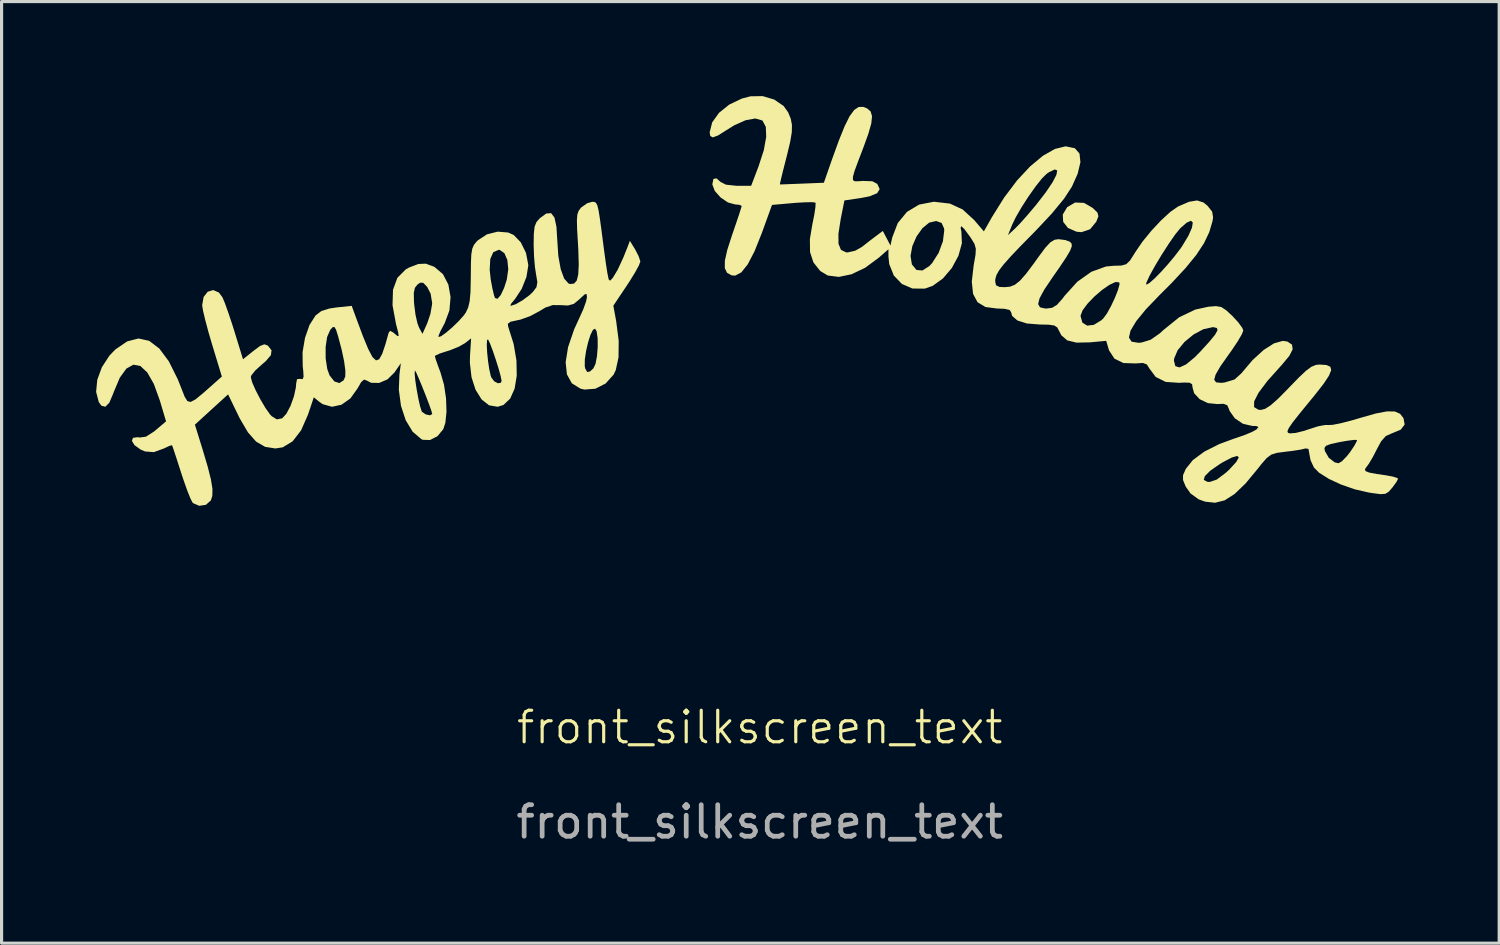
<source format=kicad_pcb>
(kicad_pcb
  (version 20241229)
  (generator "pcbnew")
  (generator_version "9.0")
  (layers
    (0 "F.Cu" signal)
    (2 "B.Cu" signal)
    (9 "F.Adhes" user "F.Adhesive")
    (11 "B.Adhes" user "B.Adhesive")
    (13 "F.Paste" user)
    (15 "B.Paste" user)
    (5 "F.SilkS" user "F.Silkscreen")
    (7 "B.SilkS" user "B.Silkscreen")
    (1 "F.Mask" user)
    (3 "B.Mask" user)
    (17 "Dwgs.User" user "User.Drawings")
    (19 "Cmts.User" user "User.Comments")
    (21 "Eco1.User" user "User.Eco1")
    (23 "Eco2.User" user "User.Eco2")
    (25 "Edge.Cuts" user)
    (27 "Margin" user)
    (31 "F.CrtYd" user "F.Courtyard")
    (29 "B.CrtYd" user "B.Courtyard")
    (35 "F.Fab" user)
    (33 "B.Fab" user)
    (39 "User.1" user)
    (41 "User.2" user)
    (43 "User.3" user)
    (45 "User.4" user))
  (footprint "front_silkscreen_text"
    (layer "F.Cu")
    (at 21.059 20.531)
    (property "Reference" "front_silkscreen_text" (at 0 -0.5 0) (unlocked yes) (layer "F.SilkS") (effects (font (size 1 1) (thickness 0.1))))
    (attr smd)
    (fp_poly (pts (xy 10.289 -17.143) (xy 10.568 -16.981) (xy 10.716 -16.837) (xy 10.747 -16.72) (xy 10.682 -16.552) (xy 10.679 -16.545) (xy 10.482 -16.306) (xy 10.212 -16.214) (xy 10.053 -16.228) (xy 9.78 -16.347) (xy 9.629 -16.541) (xy 9.616 -16.773) (xy 9.754 -17.005) (xy 9.757 -17.008) (xy 10.007 -17.155)) (stroke (width 0) (type solid)) (fill yes) (layer "F.SilkS"))
    (fp_poly (pts (xy -5.249 -17.173) (xy -5.196 -17.144) (xy -5.154 -17.065) (xy -5.116 -16.912) (xy -5.075 -16.658) (xy -5.023 -16.281) (xy -4.975 -15.907) (xy -4.926 -15.535) (xy -4.878 -15.192) (xy -4.839 -14.939) (xy -4.832 -14.898) (xy -4.793 -14.713) (xy -4.748 -14.673) (xy -4.668 -14.758) (xy -4.658 -14.771) (xy -4.508 -15.021) (xy -4.329 -15.408) (xy -4.199 -15.733) (xy -4.121 -15.939) (xy -3.955 -15.667) (xy -3.846 -15.458) (xy -3.791 -15.295) (xy -3.79 -15.277) (xy -3.835 -15.158) (xy -3.955 -14.938) (xy -4.128 -14.657) (xy -4.218 -14.52) (xy -4.646 -13.88) (xy -4.557 -13.396) (xy -4.476 -12.77) (xy -4.481 -12.242) (xy -4.57 -11.833) (xy -4.639 -11.69) (xy -4.893 -11.409) (xy -5.216 -11.246) (xy -5.563 -11.219) (xy -5.69 -11.249) (xy -5.963 -11.418) (xy -6.119 -11.701) (xy -6.146 -11.958) (xy -5.553 -11.958) (xy -5.538 -11.886) (xy -5.474 -11.775) (xy -5.385 -11.794) (xy -5.278 -11.892) (xy -5.211 -12.036) (xy -5.165 -12.281) (xy -5.142 -12.57) (xy -5.144 -12.849) (xy -5.175 -13.063) (xy -5.223 -13.151) (xy -5.293 -13.114) (xy -5.373 -12.952) (xy -5.449 -12.711) (xy -5.512 -12.436) (xy -5.551 -12.17) (xy -5.553 -11.958) (xy -6.146 -11.958) (xy -6.159 -12.087) (xy -6.082 -12.567) (xy -5.889 -13.131) (xy -5.728 -13.482) (xy -5.6 -13.766) (xy -5.512 -14.012) (xy -5.483 -14.15) (xy -5.494 -14.249) (xy -5.549 -14.244) (xy -5.68 -14.125) (xy -5.715 -14.09) (xy -5.9 -13.938) (xy -6.088 -13.886) (xy -6.298 -13.897) (xy -6.567 -13.9) (xy -6.802 -13.822) (xy -6.993 -13.706) (xy -7.284 -13.55) (xy -7.597 -13.438) (xy -7.688 -13.419) (xy -7.909 -13.371) (xy -7.994 -13.306) (xy -7.983 -13.217) (xy -7.81 -12.667) (xy -7.72 -12.14) (xy -7.711 -11.659) (xy -7.778 -11.249) (xy -7.92 -10.931) (xy -8.133 -10.73) (xy -8.316 -10.673) (xy -8.589 -10.719) (xy -8.827 -10.907) (xy -9.018 -11.213) (xy -9.146 -11.609) (xy -9.199 -12.072) (xy -9.194 -12.298) (xy -9.173 -12.628) (xy -8.662 -12.628) (xy -8.65 -12.394) (xy -8.622 -12.124) (xy -8.583 -11.863) (xy -8.536 -11.655) (xy -8.521 -11.611) (xy -8.429 -11.483) (xy -8.306 -11.418) (xy -8.211 -11.438) (xy -8.193 -11.496) (xy -8.219 -11.637) (xy -8.285 -11.878) (xy -8.376 -12.168) (xy -8.473 -12.454) (xy -8.561 -12.685) (xy -8.621 -12.809) (xy -8.624 -12.813) (xy -8.655 -12.782) (xy -8.662 -12.628) (xy -9.173 -12.628) (xy -9.159 -12.844) (xy -9.349 -12.694) (xy -9.549 -12.579) (xy -9.824 -12.468) (xy -9.924 -12.437) (xy -10.15 -12.364) (xy -10.289 -12.3) (xy -10.309 -12.277) (xy -10.281 -12.175) (xy -10.208 -11.967) (xy -10.13 -11.759) (xy -10.019 -11.371) (xy -9.955 -10.94) (xy -9.94 -10.518) (xy -9.977 -10.16) (xy -10.043 -9.961) (xy -10.228 -9.738) (xy -10.463 -9.618) (xy -10.695 -9.625) (xy -10.734 -9.643) (xy -11.014 -9.881) (xy -11.235 -10.247) (xy -11.385 -10.704) (xy -11.453 -11.217) (xy -11.434 -11.689) (xy -11.43 -11.725) (xy -10.951 -11.725) (xy -10.93 -11.508) (xy -10.888 -11.229) (xy -10.835 -10.94) (xy -10.779 -10.691) (xy -10.729 -10.533) (xy -10.716 -10.511) (xy -10.598 -10.43) (xy -10.465 -10.402) (xy -10.395 -10.441) (xy -10.394 -10.449) (xy -10.422 -10.551) (xy -10.495 -10.756) (xy -10.596 -11.02) (xy -10.708 -11.303) (xy -10.814 -11.56) (xy -10.897 -11.749) (xy -10.941 -11.828) (xy -10.943 -11.828) (xy -10.951 -11.725) (xy -11.43 -11.725) (xy -11.389 -12.055) (xy -11.593 -11.759) (xy -11.813 -11.542) (xy -12.077 -11.429) (xy -12.334 -11.434) (xy -12.469 -11.505) (xy -12.557 -11.536) (xy -12.649 -11.454) (xy -12.761 -11.259) (xy -12.99 -10.937) (xy -13.272 -10.738) (xy -13.574 -10.673) (xy -13.866 -10.754) (xy -13.956 -10.815) (xy -14.151 -10.973) (xy -14.334 -10.427) (xy -14.555 -9.924) (xy -14.824 -9.576) (xy -15.137 -9.386) (xy -15.37 -9.35) (xy -15.695 -9.401) (xy -15.979 -9.565) (xy -16.241 -9.861) (xy -16.501 -10.304) (xy -16.547 -10.398) (xy -16.871 -11.066) (xy -17.398 -10.586) (xy -17.924 -10.105) (xy -17.679 -9.315) (xy -17.518 -8.773) (xy -17.415 -8.364) (xy -17.367 -8.064) (xy -17.371 -7.849) (xy -17.418 -7.701) (xy -17.574 -7.562) (xy -17.787 -7.53) (xy -17.978 -7.613) (xy -18.002 -7.638) (xy -18.066 -7.763) (xy -18.165 -8.01) (xy -18.282 -8.339) (xy -18.365 -8.591) (xy -18.477 -8.94) (xy -18.57 -9.223) (xy -18.631 -9.404) (xy -18.65 -9.453) (xy -18.727 -9.434) (xy -18.893 -9.357) (xy -18.912 -9.348) (xy -19.228 -9.233) (xy -19.507 -9.255) (xy -19.649 -9.316) (xy -19.842 -9.456) (xy -19.923 -9.591) (xy -19.889 -9.687) (xy -19.738 -9.708) (xy -19.677 -9.697) (xy -19.48 -9.723) (xy -19.22 -9.888) (xy -19.168 -9.932) (xy -18.84 -10.21) (xy -19.036 -10.87) (xy -19.227 -11.397) (xy -19.436 -11.763) (xy -19.655 -11.967) (xy -19.878 -12.008) (xy -20.098 -11.884) (xy -20.307 -11.596) (xy -20.5 -11.14) (xy -20.513 -11.101) (xy -20.639 -10.804) (xy -20.766 -10.673) (xy -20.893 -10.708) (xy -20.974 -10.822) (xy -21.059 -11.147) (xy -21.022 -11.53) (xy -20.876 -11.928) (xy -20.635 -12.298) (xy -20.447 -12.492) (xy -20.07 -12.749) (xy -19.713 -12.84) (xy -19.375 -12.765) (xy -19.055 -12.523) (xy -18.751 -12.114) (xy -18.464 -11.537) (xy -18.343 -11.232) (xy -18.248 -10.99) (xy -18.164 -10.854) (xy -18.061 -10.825) (xy -17.908 -10.905) (xy -17.677 -11.094) (xy -17.478 -11.269) (xy -17.069 -11.632) (xy -17.378 -12.648) (xy -17.498 -13.058) (xy -17.597 -13.43) (xy -17.666 -13.721) (xy -17.694 -13.892) (xy -17.694 -13.894) (xy -17.648 -14.157) (xy -17.518 -14.323) (xy -17.344 -14.376) (xy -17.164 -14.299) (xy -17.052 -14.15) (xy -16.977 -13.973) (xy -16.871 -13.679) (xy -16.749 -13.315) (xy -16.665 -13.049) (xy -16.398 -12.18) (xy -16.065 -12.447) (xy -15.854 -12.603) (xy -15.72 -12.655) (xy -15.619 -12.619) (xy -15.603 -12.607) (xy -15.492 -12.465) (xy -15.513 -12.311) (xy -15.673 -12.122) (xy -15.813 -12.002) (xy -16.007 -11.826) (xy -16.129 -11.674) (xy -16.151 -11.615) (xy -16.109 -11.453) (xy -15.999 -11.202) (xy -15.85 -10.915) (xy -15.69 -10.642) (xy -15.545 -10.436) (xy -15.49 -10.376) (xy -15.326 -10.273) (xy -15.167 -10.303) (xy -15.151 -10.311) (xy -15.023 -10.449) (xy -14.892 -10.696) (xy -14.784 -10.995) (xy -14.72 -11.286) (xy -14.712 -11.402) (xy -14.684 -11.549) (xy -14.584 -11.558) (xy -14.579 -11.556) (xy -14.505 -11.549) (xy -14.476 -11.624) (xy -14.486 -11.815) (xy -14.503 -11.962) (xy -14.508 -12.401) (xy -14.48 -12.569) (xy -13.776 -12.569) (xy -13.775 -12.208) (xy -13.724 -11.871) (xy -13.651 -11.67) (xy -13.5 -11.478) (xy -13.339 -11.425) (xy -13.205 -11.512) (xy -13.153 -11.633) (xy -13.149 -11.818) (xy -13.189 -12.116) (xy -13.266 -12.479) (xy -13.29 -12.572) (xy -13.381 -12.915) (xy -13.446 -13.119) (xy -13.497 -13.205) (xy -13.551 -13.199) (xy -13.621 -13.122) (xy -13.63 -13.111) (xy -13.728 -12.89) (xy -13.776 -12.569) (xy -14.48 -12.569) (xy -14.431 -12.857) (xy -14.288 -13.267) (xy -14.097 -13.568) (xy -13.914 -13.709) (xy -13.652 -13.792) (xy -13.428 -13.825) (xy -12.948 -13.875) (xy -12.801 -13.473) (xy -12.591 -12.91) (xy -12.423 -12.504) (xy -12.289 -12.25) (xy -12.176 -12.144) (xy -12.076 -12.181) (xy -11.979 -12.356) (xy -11.875 -12.666) (xy -11.777 -13.019) (xy -11.729 -13.084) (xy -11.625 -13.026) (xy -11.583 -12.99) (xy -11.493 -12.915) (xy -11.458 -12.922) (xy -11.475 -13.039) (xy -11.541 -13.292) (xy -11.542 -13.296) (xy -11.653 -13.896) (xy -11.641 -14.287) (xy -10.978 -14.287) (xy -10.973 -14.021) (xy -10.965 -13.914) (xy -10.925 -13.599) (xy -10.863 -13.325) (xy -10.814 -13.192) (xy -10.703 -12.986) (xy -10.551 -13.325) (xy -10.451 -13.619) (xy -10.399 -13.917) (xy -10.396 -13.972) (xy -10.444 -14.263) (xy -10.554 -14.477) (xy -10.679 -14.607) (xy -10.778 -14.61) (xy -10.86 -14.552) (xy -10.943 -14.449) (xy -10.978 -14.287) (xy -11.641 -14.287) (xy -11.638 -14.386) (xy -11.499 -14.765) (xy -11.234 -15.032) (xy -11.126 -15.092) (xy -10.833 -15.204) (xy -10.598 -15.214) (xy -10.347 -15.122) (xy -10.317 -15.107) (xy -10.052 -14.881) (xy -9.881 -14.55) (xy -9.811 -14.153) (xy -9.848 -13.73) (xy -9.999 -13.322) (xy -10.016 -13.292) (xy -10.131 -13.074) (xy -10.193 -12.925) (xy -10.196 -12.887) (xy -10.112 -12.911) (xy -9.952 -13.026) (xy -9.752 -13.197) (xy -9.552 -13.392) (xy -9.388 -13.576) (xy -9.326 -13.664) (xy -9.253 -13.821) (xy -9.205 -14.026) (xy -9.179 -14.316) (xy -9.17 -14.731) (xy -9.169 -14.826) (xy -9.167 -15.02) (xy -8.57 -15.02) (xy -8.537 -14.714) (xy -8.484 -14.43) (xy -8.432 -14.211) (xy -8.4 -14.122) (xy -8.321 -14.1) (xy -8.219 -14.217) (xy -8.111 -14.447) (xy -8.027 -14.709) (xy -7.98 -15.036) (xy -8.009 -15.329) (xy -8.103 -15.547) (xy -8.252 -15.65) (xy -8.286 -15.653) (xy -8.455 -15.578) (xy -8.551 -15.363) (xy -8.57 -15.02) (xy -9.167 -15.02) (xy -9.165 -15.231) (xy -9.153 -15.506) (xy -9.123 -15.686) (xy -9.07 -15.809) (xy -8.985 -15.915) (xy -8.946 -15.954) (xy -8.658 -16.144) (xy -8.316 -16.23) (xy -7.981 -16.202) (xy -7.806 -16.123) (xy -7.582 -15.89) (xy -7.418 -15.557) (xy -7.347 -15.188) (xy -7.346 -15.145) (xy -7.404 -14.791) (xy -7.556 -14.411) (xy -7.765 -14.093) (xy -7.788 -14.067) (xy -7.895 -13.936) (xy -7.911 -13.876) (xy -7.907 -13.875) (xy -7.747 -13.926) (xy -7.526 -14.052) (xy -7.306 -14.215) (xy -7.202 -14.313) (xy -7.085 -14.468) (xy -7.057 -14.63) (xy -7.094 -14.85) (xy -7.134 -15.107) (xy -7.163 -15.458) (xy -7.175 -15.827) (xy -7.175 -15.829) (xy -7.169 -16.17) (xy -7.144 -16.388) (xy -7.086 -16.533) (xy -6.986 -16.649) (xy -6.981 -16.655) (xy -6.774 -16.806) (xy -6.62 -16.816) (xy -6.514 -16.677) (xy -6.451 -16.384) (xy -6.427 -15.992) (xy -6.392 -15.463) (xy -6.316 -15.04) (xy -6.207 -14.741) (xy -6.068 -14.585) (xy -6.015 -14.568) (xy -5.892 -14.582) (xy -5.807 -14.677) (xy -5.759 -14.873) (xy -5.744 -15.189) (xy -5.757 -15.644) (xy -5.772 -15.912) (xy -5.796 -16.321) (xy -5.802 -16.596) (xy -5.788 -16.774) (xy -5.748 -16.89) (xy -5.68 -16.98) (xy -5.657 -17.004) (xy -5.474 -17.132) (xy -5.318 -17.177)) (stroke (width 0) (type solid)) (fill yes) (layer "F.SilkS"))
    (fp_poly (pts (xy 0.461 -20.421) (xy 0.757 -20.218) (xy 0.901 -20.018) (xy 0.983 -19.816) (xy 1.022 -19.617) (xy 1.017 -19.383) (xy 0.965 -19.075) (xy 0.864 -18.653) (xy 0.83 -18.521) (xy 0.744 -18.183) (xy 0.679 -17.917) (xy 0.643 -17.758) (xy 0.64 -17.728) (xy 0.725 -17.73) (xy 0.939 -17.738) (xy 1.24 -17.75) (xy 1.345 -17.754) (xy 2.035 -17.782) (xy 2.292 -18.519) (xy 2.51 -19.121) (xy 2.693 -19.574) (xy 2.852 -19.893) (xy 2.998 -20.092) (xy 3.139 -20.186) (xy 3.286 -20.189) (xy 3.407 -20.141) (xy 3.518 -20.045) (xy 3.563 -19.894) (xy 3.54 -19.664) (xy 3.445 -19.331) (xy 3.289 -18.9) (xy 3.122 -18.463) (xy 3.011 -18.162) (xy 2.957 -17.972) (xy 2.957 -17.869) (xy 3.013 -17.829) (xy 3.124 -17.828) (xy 3.264 -17.84) (xy 3.572 -17.829) (xy 3.73 -17.746) (xy 3.806 -17.58) (xy 3.726 -17.45) (xy 3.486 -17.351) (xy 3.213 -17.298) (xy 2.687 -17.22) (xy 2.568 -16.623) (xy 2.497 -16.163) (xy 2.499 -15.844) (xy 2.578 -15.652) (xy 2.737 -15.574) (xy 2.794 -15.571) (xy 3.029 -15.625) (xy 3.237 -15.742) (xy 3.468 -15.923) (xy 3.678 -16.082) (xy 3.906 -16.252) (xy 4.027 -16.021) (xy 4.148 -15.79) (xy 4.204 -16.043) (xy 4.38 -16.503) (xy 4.672 -16.858) (xy 5.058 -17.089) (xy 5.516 -17.177) (xy 5.547 -17.177) (xy 6.035 -17.12) (xy 6.439 -16.934) (xy 6.803 -16.6) (xy 6.81 -16.592) (xy 7.112 -16.239) (xy 7.366 -16.687) (xy 7.758 -17.315) (xy 8.167 -17.857) (xy 8.582 -18.302) (xy 8.986 -18.638) (xy 9.366 -18.854) (xy 9.708 -18.938) (xy 9.998 -18.877) (xy 10.002 -18.875) (xy 10.147 -18.708) (xy 10.176 -18.434) (xy 10.089 -18.068) (xy 9.905 -17.656) (xy 9.657 -17.276) (xy 9.271 -16.807) (xy 8.75 -16.252) (xy 8.704 -16.205) (xy 8.281 -15.776) (xy 7.966 -15.445) (xy 7.743 -15.194) (xy 7.597 -15.005) (xy 7.513 -14.857) (xy 7.477 -14.733) (xy 7.471 -14.659) (xy 7.497 -14.529) (xy 7.607 -14.476) (xy 7.771 -14.468) (xy 7.943 -14.484) (xy 8.097 -14.545) (xy 8.258 -14.673) (xy 8.449 -14.89) (xy 8.695 -15.217) (xy 8.844 -15.426) (xy 9.06 -15.717) (xy 9.22 -15.89) (xy 9.355 -15.972) (xy 9.479 -15.991) (xy 9.7 -15.963) (xy 9.837 -15.912) (xy 9.895 -15.855) (xy 9.903 -15.768) (xy 9.851 -15.63) (xy 9.728 -15.419) (xy 9.523 -15.112) (xy 9.292 -14.781) (xy 9.03 -14.392) (xy 8.879 -14.114) (xy 8.834 -13.932) (xy 8.893 -13.829) (xy 9.053 -13.792) (xy 9.101 -13.791) (xy 9.279 -13.814) (xy 9.431 -13.907) (xy 9.605 -14.102) (xy 9.673 -14.193) (xy 10.079 -14.642) (xy 10.524 -14.957) (xy 10.986 -15.124) (xy 11.227 -15.147) (xy 11.474 -15.154) (xy 11.629 -15.197) (xy 11.748 -15.311) (xy 11.888 -15.531) (xy 11.914 -15.574) (xy 12.141 -15.907) (xy 12.429 -16.26) (xy 12.739 -16.591) (xy 13.033 -16.86) (xy 13.275 -17.028) (xy 13.277 -17.029) (xy 13.623 -17.178) (xy 13.878 -17.22) (xy 14.082 -17.155) (xy 14.21 -17.05) (xy 14.356 -16.866) (xy 14.386 -16.682) (xy 14.367 -16.561) (xy 14.264 -16.212) (xy 14.097 -15.862) (xy 13.852 -15.49) (xy 13.512 -15.074) (xy 13.064 -14.593) (xy 12.692 -14.222) (xy 12.255 -13.767) (xy 11.945 -13.387) (xy 11.765 -13.086) (xy 11.716 -12.868) (xy 11.799 -12.739) (xy 12.018 -12.703) (xy 12.119 -12.712) (xy 12.404 -12.8) (xy 12.696 -13.003) (xy 12.813 -13.111) (xy 13.309 -13.512) (xy 13.821 -13.757) (xy 14.239 -13.848) (xy 14.479 -13.867) (xy 14.646 -13.838) (xy 14.805 -13.733) (xy 14.995 -13.557) (xy 15.186 -13.351) (xy 15.313 -13.174) (xy 15.345 -13.092) (xy 15.297 -12.971) (xy 15.17 -12.753) (xy 14.985 -12.476) (xy 14.879 -12.328) (xy 14.617 -11.955) (xy 14.466 -11.694) (xy 14.421 -11.53) (xy 14.482 -11.448) (xy 14.646 -11.432) (xy 14.755 -11.444) (xy 15.068 -11.539) (xy 15.279 -11.73) (xy 15.638 -12.154) (xy 15.992 -12.477) (xy 16.319 -12.685) (xy 16.6 -12.764) (xy 16.743 -12.743) (xy 16.89 -12.645) (xy 16.912 -12.498) (xy 16.805 -12.288) (xy 16.564 -11.998) (xy 16.516 -11.946) (xy 16.104 -11.485) (xy 15.828 -11.117) (xy 15.689 -10.843) (xy 15.687 -10.663) (xy 15.822 -10.58) (xy 15.904 -10.573) (xy 16.039 -10.608) (xy 16.215 -10.722) (xy 16.453 -10.932) (xy 16.774 -11.257) (xy 16.808 -11.293) (xy 17.116 -11.61) (xy 17.34 -11.82) (xy 17.508 -11.943) (xy 17.647 -12.001) (xy 17.763 -12.013) (xy 17.98 -11.998) (xy 18.105 -11.945) (xy 18.135 -11.838) (xy 18.064 -11.661) (xy 17.89 -11.398) (xy 17.606 -11.035) (xy 17.428 -10.818) (xy 17.122 -10.444) (xy 16.913 -10.179) (xy 16.792 -10.004) (xy 16.745 -9.9) (xy 16.761 -9.848) (xy 16.822 -9.828) (xy 17.008 -9.843) (xy 17.275 -9.909) (xy 17.449 -9.968) (xy 17.722 -10.054) (xy 17.95 -10.096) (xy 18.041 -10.093) (xy 18.184 -10.1) (xy 18.446 -10.152) (xy 18.786 -10.24) (xy 19.062 -10.321) (xy 19.546 -10.459) (xy 19.9 -10.526) (xy 20.15 -10.524) (xy 20.319 -10.45) (xy 20.428 -10.313) (xy 20.465 -10.109) (xy 20.34 -9.946) (xy 20.057 -9.828) (xy 20.054 -9.827) (xy 19.868 -9.744) (xy 19.719 -9.577) (xy 19.591 -9.341) (xy 19.455 -9.077) (xy 19.326 -8.86) (xy 19.268 -8.782) (xy 19.206 -8.695) (xy 19.221 -8.633) (xy 19.339 -8.585) (xy 19.583 -8.539) (xy 19.853 -8.501) (xy 20.087 -8.458) (xy 20.232 -8.411) (xy 20.255 -8.388) (xy 20.206 -8.289) (xy 20.086 -8.124) (xy 20.064 -8.096) (xy 19.955 -7.973) (xy 19.852 -7.911) (xy 19.703 -7.9) (xy 19.457 -7.931) (xy 19.324 -7.952) (xy 18.888 -8.052) (xy 18.452 -8.203) (xy 18.059 -8.385) (xy 17.752 -8.579) (xy 17.585 -8.747) (xy 17.478 -8.979) (xy 17.44 -9.183) (xy 17.413 -9.336) (xy 17.319 -9.351) (xy 17.31 -9.348) (xy 17.157 -9.312) (xy 16.901 -9.272) (xy 16.68 -9.246) (xy 16.414 -9.211) (xy 16.233 -9.155) (xy 16.084 -9.043) (xy 15.911 -8.844) (xy 15.814 -8.719) (xy 15.417 -8.24) (xy 15.069 -7.905) (xy 14.753 -7.704) (xy 14.447 -7.627) (xy 14.134 -7.662) (xy 13.927 -7.736) (xy 13.67 -7.923) (xy 13.516 -8.142) (xy 13.432 -8.349) (xy 13.432 -8.351) (xy 14.091 -8.351) (xy 14.203 -8.292) (xy 14.279 -8.287) (xy 14.502 -8.362) (xy 14.796 -8.584) (xy 14.899 -8.679) (xy 15.119 -8.918) (xy 15.202 -9.064) (xy 15.154 -9.113) (xy 14.981 -9.063) (xy 14.688 -8.909) (xy 14.598 -8.854) (xy 14.294 -8.642) (xy 14.123 -8.471) (xy 14.091 -8.351) (xy 13.432 -8.351) (xy 13.432 -8.502) (xy 13.518 -8.698) (xy 13.52 -8.702) (xy 13.743 -8.98) (xy 14.107 -9.249) (xy 14.334 -9.364) (xy 17.919 -9.364) (xy 17.933 -9.271) (xy 18.057 -9.054) (xy 18.245 -8.909) (xy 18.366 -8.88) (xy 18.475 -8.944) (xy 18.633 -9.107) (xy 18.731 -9.232) (xy 18.869 -9.437) (xy 18.946 -9.581) (xy 18.952 -9.619) (xy 18.857 -9.622) (xy 18.645 -9.595) (xy 18.399 -9.552) (xy 18.116 -9.49) (xy 17.968 -9.434) (xy 17.919 -9.364) (xy 14.334 -9.364) (xy 14.586 -9.491) (xy 15.045 -9.659) (xy 15.356 -9.765) (xy 15.611 -9.869) (xy 15.76 -9.95) (xy 15.765 -9.955) (xy 15.826 -10.031) (xy 15.759 -10.061) (xy 15.628 -10.065) (xy 15.335 -10.133) (xy 15.075 -10.307) (xy 14.909 -10.542) (xy 14.892 -10.596) (xy 14.835 -10.722) (xy 14.716 -10.767) (xy 14.521 -10.759) (xy 14.222 -10.789) (xy 13.96 -10.914) (xy 13.784 -11.104) (xy 13.736 -11.278) (xy 13.72 -11.386) (xy 13.645 -11.436) (xy 13.468 -11.442) (xy 13.311 -11.433) (xy 12.882 -11.462) (xy 12.565 -11.619) (xy 12.365 -11.887) (xy 12.284 -12.016) (xy 12.16 -12.063) (xy 11.934 -12.049) (xy 11.925 -12.048) (xy 11.54 -12.061) (xy 11.385 -12.137) (xy 13.143 -12.137) (xy 13.189 -11.961) (xy 13.321 -11.922) (xy 13.529 -12.017) (xy 13.803 -12.243) (xy 13.973 -12.415) (xy 14.267 -12.738) (xy 14.449 -12.96) (xy 14.526 -13.099) (xy 14.508 -13.172) (xy 14.403 -13.197) (xy 14.37 -13.198) (xy 14.077 -13.134) (xy 13.767 -12.967) (xy 13.481 -12.732) (xy 13.261 -12.466) (xy 13.15 -12.204) (xy 13.143 -12.137) (xy 11.385 -12.137) (xy 11.256 -12.2) (xy 11.085 -12.461) (xy 11.074 -12.496) (xy 10.994 -12.765) (xy 10.475 -12.717) (xy 10.052 -12.708) (xy 9.758 -12.78) (xy 9.57 -12.942) (xy 9.501 -13.076) (xy 9.442 -13.19) (xy 9.346 -13.252) (xy 9.167 -13.278) (xy 8.889 -13.283) (xy 8.476 -13.316) (xy 8.176 -13.411) (xy 8.011 -13.555) (xy 10.18 -13.555) (xy 10.238 -13.344) (xy 10.389 -13.248) (xy 10.601 -13.272) (xy 10.839 -13.417) (xy 10.907 -13.482) (xy 11.019 -13.636) (xy 11.147 -13.868) (xy 11.27 -14.13) (xy 11.367 -14.376) (xy 11.417 -14.556) (xy 11.413 -14.595) (xy 12.262 -14.595) (xy 12.273 -14.546) (xy 12.37 -14.604) (xy 12.531 -14.746) (xy 12.732 -14.95) (xy 12.951 -15.193) (xy 13.166 -15.45) (xy 13.356 -15.7) (xy 13.403 -15.769) (xy 13.603 -16.1) (xy 13.715 -16.355) (xy 13.742 -16.519) (xy 13.684 -16.576) (xy 13.544 -16.513) (xy 13.34 -16.332) (xy 13.184 -16.141) (xy 12.98 -15.847) (xy 12.756 -15.499) (xy 12.542 -15.143) (xy 12.368 -14.827) (xy 12.264 -14.599) (xy 12.262 -14.595) (xy 11.413 -14.595) (xy 11.411 -14.62) (xy 11.29 -14.632) (xy 11.096 -14.541) (xy 10.86 -14.378) (xy 10.618 -14.169) (xy 10.402 -13.945) (xy 10.245 -13.733) (xy 10.18 -13.563) (xy 10.18 -13.555) (xy 8.011 -13.555) (xy 8.008 -13.558) (xy 7.979 -13.668) (xy 7.931 -13.744) (xy 7.768 -13.782) (xy 7.526 -13.791) (xy 7.162 -13.839) (xy 6.911 -13.991) (xy 6.769 -14.256) (xy 6.729 -14.643) (xy 6.788 -15.161) (xy 6.795 -15.197) (xy 6.847 -15.495) (xy 6.857 -15.689) (xy 6.815 -15.84) (xy 6.712 -16.01) (xy 6.665 -16.079) (xy 6.635 -16.119) (xy 7.876 -16.119) (xy 8.104 -16.331) (xy 8.267 -16.498) (xy 8.491 -16.75) (xy 8.733 -17.036) (xy 8.78 -17.093) (xy 9.082 -17.484) (xy 9.295 -17.802) (xy 9.415 -18.035) (xy 9.44 -18.172) (xy 9.364 -18.204) (xy 9.185 -18.12) (xy 9.109 -18.069) (xy 8.957 -17.92) (xy 8.754 -17.665) (xy 8.528 -17.345) (xy 8.308 -17.004) (xy 8.123 -16.684) (xy 8.014 -16.458) (xy 7.876 -16.119) (xy 6.635 -16.119) (xy 6.492 -16.313) (xy 6.397 -16.403) (xy 6.374 -16.35) (xy 6.398 -16.231) (xy 6.415 -15.862) (xy 6.305 -15.464) (xy 6.096 -15.077) (xy 5.814 -14.745) (xy 5.486 -14.509) (xy 5.239 -14.422) (xy 4.847 -14.425) (xy 4.51 -14.571) (xy 4.255 -14.837) (xy 4.109 -15.2) (xy 4.084 -15.448) (xy 4.084 -15.461) (xy 4.785 -15.461) (xy 4.827 -15.195) (xy 4.831 -15.187) (xy 4.974 -15.014) (xy 5.162 -14.998) (xy 5.381 -15.137) (xy 5.471 -15.234) (xy 5.677 -15.557) (xy 5.813 -15.927) (xy 5.855 -16.271) (xy 5.849 -16.334) (xy 5.771 -16.506) (xy 5.598 -16.568) (xy 5.376 -16.516) (xy 5.16 -16.337) (xy 4.974 -16.074) (xy 4.841 -15.768) (xy 4.785 -15.461) (xy 4.084 -15.461) (xy 4.084 -15.671) (xy 3.785 -15.409) (xy 3.347 -15.085) (xy 2.913 -14.878) (xy 2.51 -14.794) (xy 2.159 -14.838) (xy 1.919 -14.982) (xy 1.703 -15.254) (xy 1.596 -15.582) (xy 1.591 -15.995) (xy 1.668 -16.455) (xy 1.731 -16.766) (xy 1.767 -17.009) (xy 1.772 -17.141) (xy 1.768 -17.151) (xy 1.668 -17.165) (xy 1.444 -17.162) (xy 1.138 -17.144) (xy 1.056 -17.137) (xy 0.389 -17.078) (xy 0.065 -16.183) (xy -0.166 -15.606) (xy -0.382 -15.191) (xy -0.586 -14.936) (xy -0.781 -14.834) (xy -0.895 -14.844) (xy -1.039 -14.926) (xy -1.11 -15.074) (xy -1.107 -15.309) (xy -1.03 -15.651) (xy -0.878 -16.124) (xy -0.873 -16.138) (xy -0.751 -16.493) (xy -0.652 -16.787) (xy -0.59 -16.983) (xy -0.573 -17.047) (xy -0.645 -17.082) (xy -0.778 -17.093) (xy -1.009 -17.156) (xy -1.243 -17.315) (xy -1.426 -17.521) (xy -1.504 -17.727) (xy -1.504 -17.735) (xy -1.469 -17.905) (xy -1.37 -17.92) (xy -1.25 -17.812) (xy -1.074 -17.721) (xy -0.753 -17.686) (xy -0.709 -17.685) (xy -0.273 -17.685) (xy -0.038 -18.301) (xy 0.128 -18.812) (xy 0.205 -19.236) (xy 0.193 -19.554) (xy 0.09 -19.749) (xy 0.076 -19.76) (xy -0.142 -19.821) (xy -0.448 -19.766) (xy -0.812 -19.603) (xy -1.052 -19.454) (xy -1.324 -19.282) (xy -1.49 -19.221) (xy -1.571 -19.267) (xy -1.589 -19.383) (xy -1.509 -19.699) (xy -1.292 -20.001) (xy -0.969 -20.261) (xy -0.569 -20.453) (xy -0.294 -20.525) (xy 0.094 -20.531)) (stroke (width 0) (type solid)) (fill yes) (layer "F.SilkS"))
    (fp_text user "${REFERENCE}" (at 0 2.5 0) (unlocked yes) (layer "F.Fab") (effects (font (size 1 1) (thickness 0.15)))))
  (gr_rect
    (start -3 -3)
    (end 44.524 26.879)
    (stroke (width 0.1) (type default))
    (fill no)
    (layer "Edge.Cuts")))
</source>
